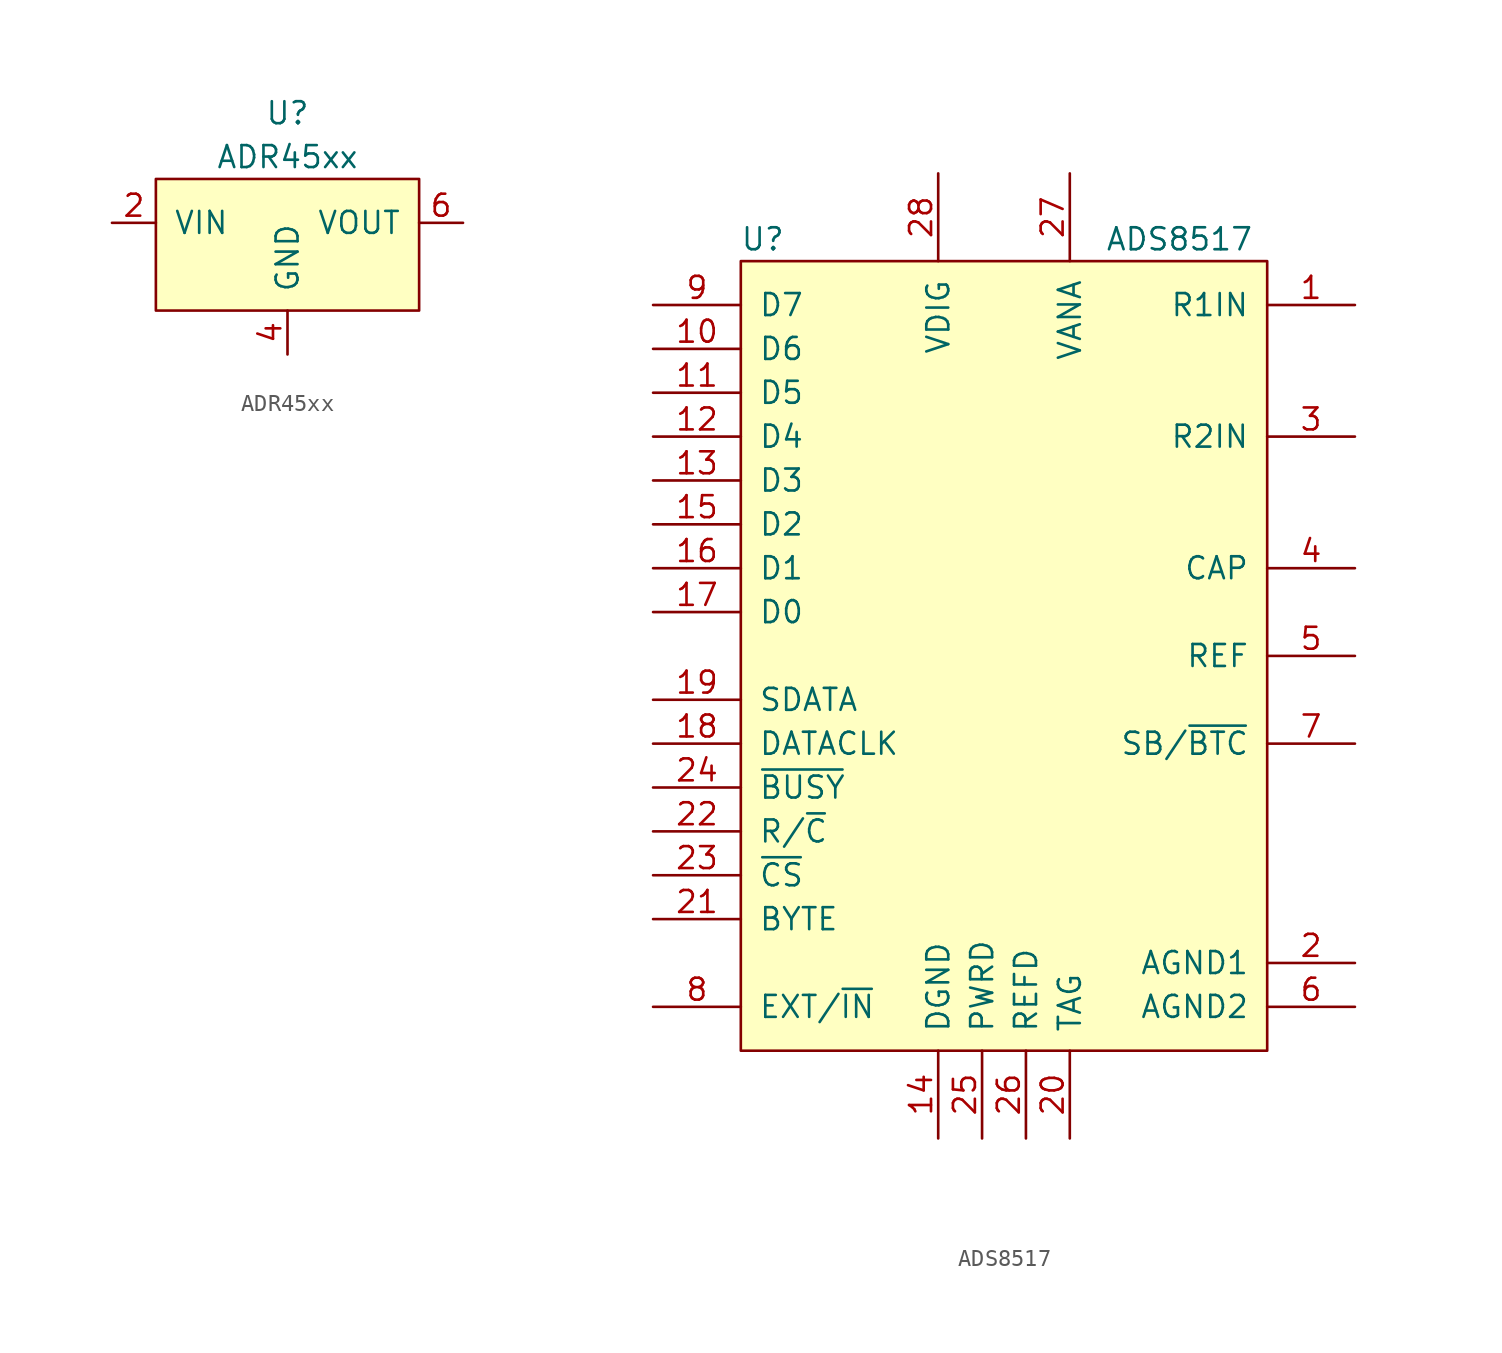
<source format=kicad_sym>
(kicad_symbol_lib
  (version 20211014)
  (generator kicad_symbol_editor)
  (symbol "ADR45xx"
    (pin_names
      (offset 1.016))
    (property "Reference" "U"
      (at 0 7.62 0)
      (effects (font (size 1.27 1.27))))
    (property "Value" "ADR45xx"
      (at 0 5.08 0)
      (effects (font (size 1.27 1.27))))
    (symbol "ADR45xx_0_1"
      (rectangle (start -7.62 3.81) (end 7.62 -3.81) (stroke (width 0) (type default) (color 0 0 0 0)) (fill (type background))))
    (symbol "ADR45xx_1_1"
      (pin no_connect non_logic (at -6.35 -3.81 270) (length 0) hide (name "NC" (effects (font (size 1.27 1.27)))) (number "1" (effects (font (size 1.27 1.27)))))
      (pin passive line (at -10.16 1.27 0) (length 2.54) (name "VIN" (effects (font (size 1.27 1.27)))) (number "2" (effects (font (size 1.27 1.27)))))
      (pin no_connect non_logic (at -3.81 -3.81 270) (length 0) hide (name "NC" (effects (font (size 1.27 1.27)))) (number "3" (effects (font (size 1.27 1.27)))))
      (pin passive line (at 0 -6.35 90) (length 2.54) (name "GND" (effects (font (size 1.27 1.27)))) (number "4" (effects (font (size 1.27 1.27)))))
      (pin no_connect non_logic (at 2.54 -3.81 270) (length 0) hide (name "NC" (effects (font (size 1.27 1.27)))) (number "5" (effects (font (size 1.27 1.27)))))
      (pin passive line (at 10.16 1.27 180) (length 2.54) (name "VOUT" (effects (font (size 1.27 1.27)))) (number "6" (effects (font (size 1.27 1.27)))))
      (pin no_connect non_logic (at 5.08 -3.81 270) (length 0) hide (name "NC" (effects (font (size 1.27 1.27)))) (number "7" (effects (font (size 1.27 1.27)))))
      (pin no_connect non_logic (at 7.62 -2.54 0) (length 0) hide (name "DNC" (effects (font (size 1.27 1.27)))) (number "8" (effects (font (size 1.27 1.27)))))))
  (symbol "ADS8517"
    (pin_names
      (offset 1.016))
    (property "Reference" "U"
      (at -13.97 24.13 0)
      (effects (font (size 1.27 1.27))))
    (property "Value" "ADS8517"
      (at 10.16 24.13 0)
      (effects (font (size 1.27 1.27))))
    (symbol "ADS8517_0_1"
      (rectangle (start -15.24 22.86) (end 15.24 -22.86) (stroke (width 0) (type default) (color 0 0 0 0)) (fill (type background))))
    (symbol "ADS8517_1_1"
      (pin input line (at 20.32 20.32 180) (length 5.08) (name "R1IN" (effects (font (size 1.27 1.27)))) (number "1" (effects (font (size 1.27 1.27)))))
      (pin output line (at -20.32 17.78 0) (length 5.08) (name "D6" (effects (font (size 1.27 1.27)))) (number "10" (effects (font (size 1.27 1.27)))))
      (pin output line (at -20.32 15.24 0) (length 5.08) (name "D5" (effects (font (size 1.27 1.27)))) (number "11" (effects (font (size 1.27 1.27)))))
      (pin output line (at -20.32 12.7 0) (length 5.08) (name "D4" (effects (font (size 1.27 1.27)))) (number "12" (effects (font (size 1.27 1.27)))))
      (pin output line (at -20.32 10.16 0) (length 5.08) (name "D3" (effects (font (size 1.27 1.27)))) (number "13" (effects (font (size 1.27 1.27)))))
      (pin passive line (at -3.81 -27.94 90) (length 5.08) (name "DGND" (effects (font (size 1.27 1.27)))) (number "14" (effects (font (size 1.27 1.27)))))
      (pin output line (at -20.32 7.62 0) (length 5.08) (name "D2" (effects (font (size 1.27 1.27)))) (number "15" (effects (font (size 1.27 1.27)))))
      (pin output line (at -20.32 5.08 0) (length 5.08) (name "D1" (effects (font (size 1.27 1.27)))) (number "16" (effects (font (size 1.27 1.27)))))
      (pin output line (at -20.32 2.54 0) (length 5.08) (name "D0" (effects (font (size 1.27 1.27)))) (number "17" (effects (font (size 1.27 1.27)))))
      (pin bidirectional line (at -20.32 -5.08 0) (length 5.08) (name "DATACLK" (effects (font (size 1.27 1.27)))) (number "18" (effects (font (size 1.27 1.27)))))
      (pin output line (at -20.32 -2.54 0) (length 5.08) (name "SDATA" (effects (font (size 1.27 1.27)))) (number "19" (effects (font (size 1.27 1.27)))))
      (pin passive line (at 20.32 -17.78 180) (length 5.08) (name "AGND1" (effects (font (size 1.27 1.27)))) (number "2" (effects (font (size 1.27 1.27)))))
      (pin input line (at 3.81 -27.94 90) (length 5.08) (name "TAG" (effects (font (size 1.27 1.27)))) (number "20" (effects (font (size 1.27 1.27)))))
      (pin input line (at -20.32 -15.24 0) (length 5.08) (name "BYTE" (effects (font (size 1.27 1.27)))) (number "21" (effects (font (size 1.27 1.27)))))
      (pin input line (at -20.32 -10.16 0) (length 5.08) (name "R/~{C}" (effects (font (size 1.27 1.27)))) (number "22" (effects (font (size 1.27 1.27)))))
      (pin input line (at -20.32 -12.7 0) (length 5.08) (name "~{CS}" (effects (font (size 1.27 1.27)))) (number "23" (effects (font (size 1.27 1.27)))))
      (pin output line (at -20.32 -7.62 0) (length 5.08) (name "~{BUSY}" (effects (font (size 1.27 1.27)))) (number "24" (effects (font (size 1.27 1.27)))))
      (pin input line (at -1.27 -27.94 90) (length 5.08) (name "PWRD" (effects (font (size 1.27 1.27)))) (number "25" (effects (font (size 1.27 1.27)))))
      (pin input line (at 1.27 -27.94 90) (length 5.08) (name "REFD" (effects (font (size 1.27 1.27)))) (number "26" (effects (font (size 1.27 1.27)))))
      (pin passive line (at 3.81 27.94 270) (length 5.08) (name "VANA" (effects (font (size 1.27 1.27)))) (number "27" (effects (font (size 1.27 1.27)))))
      (pin passive line (at -3.81 27.94 270) (length 5.08) (name "VDIG" (effects (font (size 1.27 1.27)))) (number "28" (effects (font (size 1.27 1.27)))))
      (pin input line (at 20.32 12.7 180) (length 5.08) (name "R2IN" (effects (font (size 1.27 1.27)))) (number "3" (effects (font (size 1.27 1.27)))))
      (pin passive line (at 20.32 5.08 180) (length 5.08) (name "CAP" (effects (font (size 1.27 1.27)))) (number "4" (effects (font (size 1.27 1.27)))))
      (pin passive line (at 20.32 0 180) (length 5.08) (name "REF" (effects (font (size 1.27 1.27)))) (number "5" (effects (font (size 1.27 1.27)))))
      (pin passive line (at 20.32 -20.32 180) (length 5.08) (name "AGND2" (effects (font (size 1.27 1.27)))) (number "6" (effects (font (size 1.27 1.27)))))
      (pin input line (at 20.32 -5.08 180) (length 5.08) (name "SB/~{BTC}" (effects (font (size 1.27 1.27)))) (number "7" (effects (font (size 1.27 1.27)))))
      (pin input line (at -20.32 -20.32 0) (length 5.08) (name "EXT/~{IN}" (effects (font (size 1.27 1.27)))) (number "8" (effects (font (size 1.27 1.27)))))
      (pin output line (at -20.32 20.32 0) (length 5.08) (name "D7" (effects (font (size 1.27 1.27)))) (number "9" (effects (font (size 1.27 1.27))))))))
</source>
